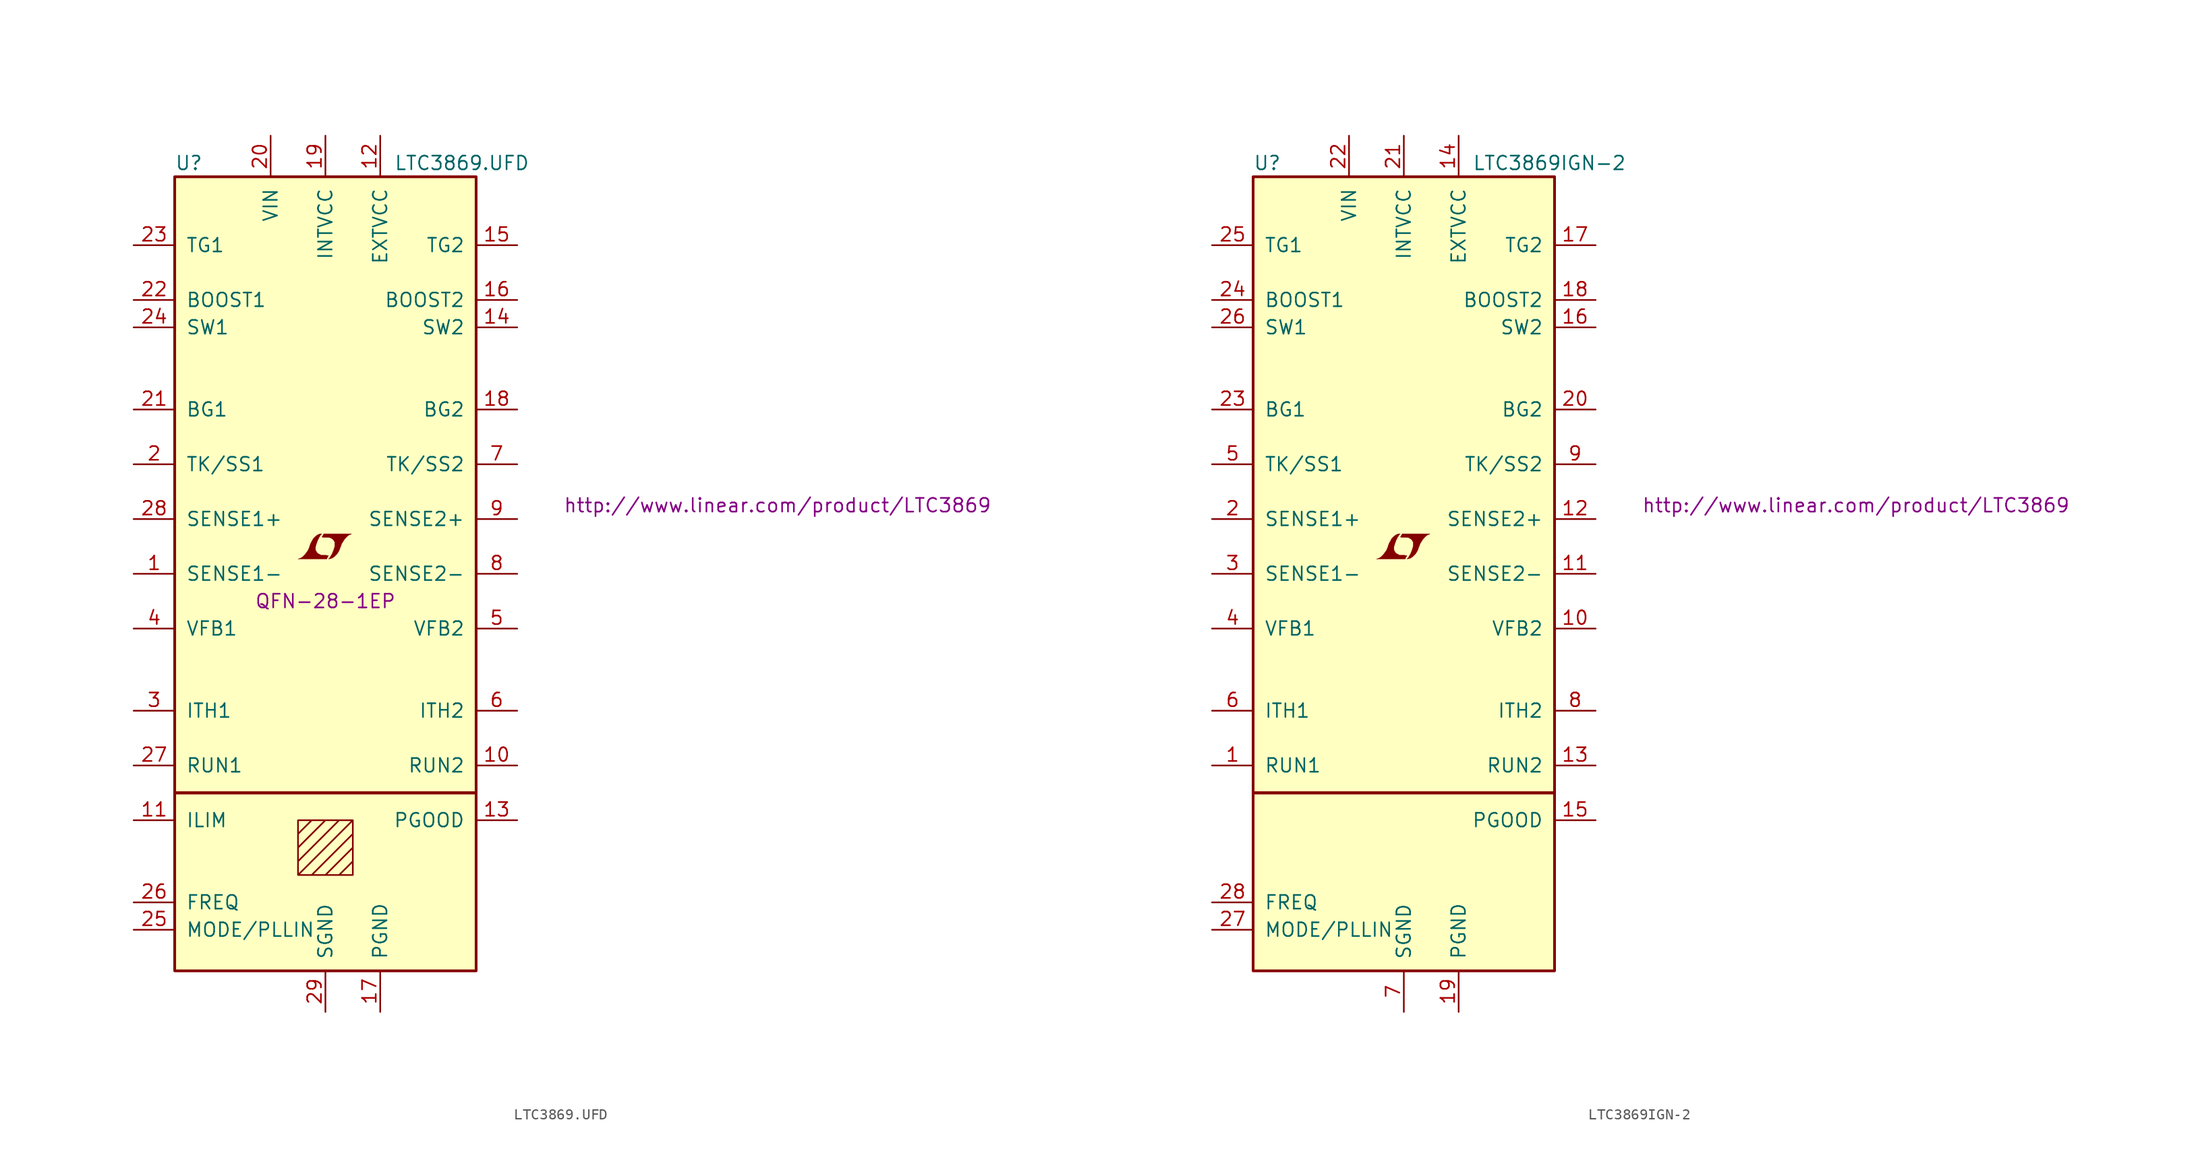
<source format=kicad_sym>
(kicad_symbol_lib
  (version 20201005)
  (generator kicad_symbol_editor)
  (symbol "LTC3869.UFD"
    (pin_names
      (offset 1.016))
    (property "Reference" "U"
      (at -13.97 38.1 0)
      (effects (font (size 1.27 1.27)) (justify left)))
    (property "Value" "LTC3869.UFD"
      (at 6.35 38.1 0)
      (effects (font (size 1.27 1.27)) (justify left)))
    (property "Footprint" "QFN-28-1EP"
      (at 0 -2.54 0)
      (effects (font (size 1.27 1.27))))
    (property "Datasheet" "http://www.linear.com/product/LTC3869"
      (at 41.91 6.35 0)
      (effects (font (size 1.27 1.27))))
    (symbol "LTC3869.UFD_0_0"
      (polyline (pts (xy 0.203 1.549) (xy 0.229 1.575) (xy 0.279 1.676) (xy 0.279 1.702) (xy 0.152 1.702) (xy 0.051 1.727) (xy -0.406 1.727) (xy -0.432 1.753) (xy -0.686 1.88) (xy -0.787 1.981) (xy -0.864 2.108) (xy -0.914 2.21) (xy -0.914 2.515) (xy -0.864 2.667) (xy -0.838 2.769) (xy -0.813 2.845) (xy -0.762 2.972) (xy -0.711 3.124) (xy -0.635 3.251) (xy -0.584 3.378) (xy -0.508 3.48) (xy -0.457 3.581) (xy -0.33 3.708) (xy -0.508 3.708) (xy -0.635 3.658) (xy -0.737 3.607) (xy -0.813 3.556) (xy -0.94 3.454) (xy -1.118 3.277) (xy -1.372 2.819) (xy -1.473 2.54) (xy -1.473 2.489) (xy -1.524 2.388) (xy -1.575 2.261) (xy -1.626 2.159) (xy -1.753 1.981) (xy -1.905 1.778) (xy -2.057 1.626) (xy -2.21 1.499) (xy -2.388 1.422) (xy -2.54 1.372) (xy 0.127 1.372) (xy 0.203 1.549)) (stroke (width 0.025)) (fill (type outline)))
      (polyline (pts (xy 0.406 1.397) (xy 0.483 1.397) (xy 0.66 1.473) (xy 0.813 1.575) (xy 1.092 1.854) (xy 1.219 2.057) (xy 1.321 2.261) (xy 1.397 2.515) (xy 1.422 2.515) (xy 1.499 2.769) (xy 1.753 3.175) (xy 1.905 3.353) (xy 2.057 3.505) (xy 2.21 3.607) (xy 2.388 3.683) (xy 2.413 3.683) (xy 2.413 3.708) (xy -0.152 3.708) (xy -0.229 3.556) (xy -0.254 3.531) (xy -0.305 3.429) (xy -0.33 3.404) (xy -0.279 3.404) (xy -0.229 3.378) (xy 0.305 3.378) (xy 0.356 3.353) (xy 0.406 3.353) (xy 0.483 3.327) (xy 0.61 3.251) (xy 0.737 3.15) (xy 0.813 3.023) (xy 0.838 2.972) (xy 0.864 2.946) (xy 0.864 2.54) (xy 0.838 2.489) (xy 0.838 2.413) (xy 0.787 2.311) (xy 0.762 2.184) (xy 0.686 2.032) (xy 0.635 1.88) (xy 0.483 1.626) (xy 0.432 1.524) (xy 0.279 1.372) (xy 0.406 1.397)) (stroke (width 0.025)) (fill (type outline))))
    (symbol "LTC3869.UFD_0_1"
      (rectangle (start -13.97 36.83) (end 13.97 -20.32) (stroke (width 0.254)) (fill (type background)))
      (rectangle (start 13.97 -20.32) (end -13.97 -36.83) (stroke (width 0.254)) (fill (type background)))
      (polyline (pts (xy -2.54 -24.13) (xy -1.27 -22.86) (xy 0 -22.86) (xy -2.54 -25.4) (xy -2.54 -26.67) (xy 1.27 -22.86) (xy 2.54 -22.86) (xy -2.54 -27.94) (xy -1.27 -27.94) (xy 2.54 -24.13) (xy 2.54 -25.4) (xy 0 -27.94) (xy 1.27 -27.94) (xy 2.54 -26.67) (xy 2.54 -27.94) (xy -2.54 -27.94) (xy -2.54 -22.86) (xy 2.54 -22.86) (xy 2.54 -27.94)) (stroke (width 0)) (fill (type none))))
    (symbol "LTC3869.UFD_1_1"
      (pin passive line (at -17.78 0 0) (length 3.81) (name "SENSE1-" (effects (font (size 1.27 1.27)))) (number "1" (effects (font (size 1.27 1.27)))))
      (pin input line (at 17.78 -17.78 180) (length 3.81) (name "RUN2" (effects (font (size 1.27 1.27)))) (number "10" (effects (font (size 1.27 1.27)))))
      (pin passive line (at -17.78 -22.86 0) (length 3.81) (name "ILIM" (effects (font (size 1.27 1.27)))) (number "11" (effects (font (size 1.27 1.27)))))
      (pin passive line (at 5.08 40.64 270) (length 3.81) (name "EXTVCC" (effects (font (size 1.27 1.27)))) (number "12" (effects (font (size 1.27 1.27)))))
      (pin open_collector line (at 17.78 -22.86 180) (length 3.81) (name "PGOOD" (effects (font (size 1.27 1.27)))) (number "13" (effects (font (size 1.27 1.27)))))
      (pin passive line (at 17.78 22.86 180) (length 3.81) (name "SW2" (effects (font (size 1.27 1.27)))) (number "14" (effects (font (size 1.27 1.27)))))
      (pin passive line (at 17.78 30.48 180) (length 3.81) (name "TG2" (effects (font (size 1.27 1.27)))) (number "15" (effects (font (size 1.27 1.27)))))
      (pin passive line (at 17.78 25.4 180) (length 3.81) (name "BOOST2" (effects (font (size 1.27 1.27)))) (number "16" (effects (font (size 1.27 1.27)))))
      (pin power_in line (at 5.08 -40.64 90) (length 3.81) (name "PGND" (effects (font (size 1.27 1.27)))) (number "17" (effects (font (size 1.27 1.27)))))
      (pin passive line (at 17.78 15.24 180) (length 3.81) (name "BG2" (effects (font (size 1.27 1.27)))) (number "18" (effects (font (size 1.27 1.27)))))
      (pin passive line (at 0 40.64 270) (length 3.81) (name "INTVCC" (effects (font (size 1.27 1.27)))) (number "19" (effects (font (size 1.27 1.27)))))
      (pin passive line (at -17.78 10.16 0) (length 3.81) (name "TK/SS1" (effects (font (size 1.27 1.27)))) (number "2" (effects (font (size 1.27 1.27)))))
      (pin power_in line (at -5.08 40.64 270) (length 3.81) (name "VIN" (effects (font (size 1.27 1.27)))) (number "20" (effects (font (size 1.27 1.27)))))
      (pin passive line (at -17.78 15.24 0) (length 3.81) (name "BG1" (effects (font (size 1.27 1.27)))) (number "21" (effects (font (size 1.27 1.27)))))
      (pin passive line (at -17.78 25.4 0) (length 3.81) (name "BOOST1" (effects (font (size 1.27 1.27)))) (number "22" (effects (font (size 1.27 1.27)))))
      (pin passive line (at -17.78 30.48 0) (length 3.81) (name "TG1" (effects (font (size 1.27 1.27)))) (number "23" (effects (font (size 1.27 1.27)))))
      (pin passive line (at -17.78 22.86 0) (length 3.81) (name "SW1" (effects (font (size 1.27 1.27)))) (number "24" (effects (font (size 1.27 1.27)))))
      (pin input line (at -17.78 -33.02 0) (length 3.81) (name "MODE/PLLIN" (effects (font (size 1.27 1.27)))) (number "25" (effects (font (size 1.27 1.27)))))
      (pin input line (at -17.78 -30.48 0) (length 3.81) (name "FREQ" (effects (font (size 1.27 1.27)))) (number "26" (effects (font (size 1.27 1.27)))))
      (pin input line (at -17.78 -17.78 0) (length 3.81) (name "RUN1" (effects (font (size 1.27 1.27)))) (number "27" (effects (font (size 1.27 1.27)))))
      (pin passive line (at -17.78 5.08 0) (length 3.81) (name "SENSE1+" (effects (font (size 1.27 1.27)))) (number "28" (effects (font (size 1.27 1.27)))))
      (pin power_in line (at 0 -40.64 90) (length 3.81) (name "SGND" (effects (font (size 1.27 1.27)))) (number "29" (effects (font (size 1.27 1.27)))))
      (pin passive line (at -17.78 -12.7 0) (length 3.81) (name "ITH1" (effects (font (size 1.27 1.27)))) (number "3" (effects (font (size 1.27 1.27)))))
      (pin passive line (at -17.78 -5.08 0) (length 3.81) (name "VFB1" (effects (font (size 1.27 1.27)))) (number "4" (effects (font (size 1.27 1.27)))))
      (pin passive line (at 17.78 -5.08 180) (length 3.81) (name "VFB2" (effects (font (size 1.27 1.27)))) (number "5" (effects (font (size 1.27 1.27)))))
      (pin passive line (at 17.78 -12.7 180) (length 3.81) (name "ITH2" (effects (font (size 1.27 1.27)))) (number "6" (effects (font (size 1.27 1.27)))))
      (pin passive line (at 17.78 10.16 180) (length 3.81) (name "TK/SS2" (effects (font (size 1.27 1.27)))) (number "7" (effects (font (size 1.27 1.27)))))
      (pin passive line (at 17.78 0 180) (length 3.81) (name "SENSE2-" (effects (font (size 1.27 1.27)))) (number "8" (effects (font (size 1.27 1.27)))))
      (pin passive line (at 17.78 5.08 180) (length 3.81) (name "SENSE2+" (effects (font (size 1.27 1.27)))) (number "9" (effects (font (size 1.27 1.27)))))))
  (symbol "LTC3869IGN-2"
    (pin_names
      (offset 1.016))
    (property "Reference" "U"
      (at -13.97 38.1 0)
      (effects (font (size 1.27 1.27)) (justify left)))
    (property "Value" "LTC3869IGN-2"
      (at 6.35 38.1 0)
      (effects (font (size 1.27 1.27)) (justify left)))
    (property "Datasheet" "http://www.linear.com/product/LTC3869"
      (at 41.91 6.35 0)
      (effects (font (size 1.27 1.27))))
    (symbol "LTC3869IGN-2_0_0"
      (polyline (pts (xy 0.203 1.549) (xy 0.229 1.575) (xy 0.279 1.676) (xy 0.279 1.702) (xy 0.152 1.702) (xy 0.051 1.727) (xy -0.406 1.727) (xy -0.432 1.753) (xy -0.686 1.88) (xy -0.787 1.981) (xy -0.864 2.108) (xy -0.914 2.21) (xy -0.914 2.515) (xy -0.864 2.667) (xy -0.838 2.769) (xy -0.813 2.845) (xy -0.762 2.972) (xy -0.711 3.124) (xy -0.635 3.251) (xy -0.584 3.378) (xy -0.508 3.48) (xy -0.457 3.581) (xy -0.33 3.708) (xy -0.508 3.708) (xy -0.635 3.658) (xy -0.737 3.607) (xy -0.813 3.556) (xy -0.94 3.454) (xy -1.118 3.277) (xy -1.372 2.819) (xy -1.473 2.54) (xy -1.473 2.489) (xy -1.524 2.388) (xy -1.575 2.261) (xy -1.626 2.159) (xy -1.753 1.981) (xy -1.905 1.778) (xy -2.057 1.626) (xy -2.21 1.499) (xy -2.388 1.422) (xy -2.54 1.372) (xy 0.127 1.372) (xy 0.203 1.549)) (stroke (width 0.025)) (fill (type outline)))
      (polyline (pts (xy 0.406 1.397) (xy 0.483 1.397) (xy 0.66 1.473) (xy 0.813 1.575) (xy 1.092 1.854) (xy 1.219 2.057) (xy 1.321 2.261) (xy 1.397 2.515) (xy 1.422 2.515) (xy 1.499 2.769) (xy 1.753 3.175) (xy 1.905 3.353) (xy 2.057 3.505) (xy 2.21 3.607) (xy 2.388 3.683) (xy 2.413 3.683) (xy 2.413 3.708) (xy -0.152 3.708) (xy -0.229 3.556) (xy -0.254 3.531) (xy -0.305 3.429) (xy -0.33 3.404) (xy -0.279 3.404) (xy -0.229 3.378) (xy 0.305 3.378) (xy 0.356 3.353) (xy 0.406 3.353) (xy 0.483 3.327) (xy 0.61 3.251) (xy 0.737 3.15) (xy 0.813 3.023) (xy 0.838 2.972) (xy 0.864 2.946) (xy 0.864 2.54) (xy 0.838 2.489) (xy 0.838 2.413) (xy 0.787 2.311) (xy 0.762 2.184) (xy 0.686 2.032) (xy 0.635 1.88) (xy 0.483 1.626) (xy 0.432 1.524) (xy 0.279 1.372) (xy 0.406 1.397)) (stroke (width 0.025)) (fill (type outline))))
    (symbol "LTC3869IGN-2_0_1"
      (rectangle (start -13.97 36.83) (end 13.97 -20.32) (stroke (width 0.254)) (fill (type background)))
      (rectangle (start 13.97 -20.32) (end -13.97 -36.83) (stroke (width 0.254)) (fill (type background))))
    (symbol "LTC3869IGN-2_1_1"
      (pin input line (at -17.78 -17.78 0) (length 3.81) (name "RUN1" (effects (font (size 1.27 1.27)))) (number "1" (effects (font (size 1.27 1.27)))))
      (pin passive line (at 17.78 -5.08 180) (length 3.81) (name "VFB2" (effects (font (size 1.27 1.27)))) (number "10" (effects (font (size 1.27 1.27)))))
      (pin passive line (at 17.78 0 180) (length 3.81) (name "SENSE2-" (effects (font (size 1.27 1.27)))) (number "11" (effects (font (size 1.27 1.27)))))
      (pin passive line (at 17.78 5.08 180) (length 3.81) (name "SENSE2+" (effects (font (size 1.27 1.27)))) (number "12" (effects (font (size 1.27 1.27)))))
      (pin input line (at 17.78 -17.78 180) (length 3.81) (name "RUN2" (effects (font (size 1.27 1.27)))) (number "13" (effects (font (size 1.27 1.27)))))
      (pin passive line (at 5.08 40.64 270) (length 3.81) (name "EXTVCC" (effects (font (size 1.27 1.27)))) (number "14" (effects (font (size 1.27 1.27)))))
      (pin open_collector line (at 17.78 -22.86 180) (length 3.81) (name "PGOOD" (effects (font (size 1.27 1.27)))) (number "15" (effects (font (size 1.27 1.27)))))
      (pin passive line (at 17.78 22.86 180) (length 3.81) (name "SW2" (effects (font (size 1.27 1.27)))) (number "16" (effects (font (size 1.27 1.27)))))
      (pin passive line (at 17.78 30.48 180) (length 3.81) (name "TG2" (effects (font (size 1.27 1.27)))) (number "17" (effects (font (size 1.27 1.27)))))
      (pin passive line (at 17.78 25.4 180) (length 3.81) (name "BOOST2" (effects (font (size 1.27 1.27)))) (number "18" (effects (font (size 1.27 1.27)))))
      (pin power_in line (at 5.08 -40.64 90) (length 3.81) (name "PGND" (effects (font (size 1.27 1.27)))) (number "19" (effects (font (size 1.27 1.27)))))
      (pin passive line (at -17.78 5.08 0) (length 3.81) (name "SENSE1+" (effects (font (size 1.27 1.27)))) (number "2" (effects (font (size 1.27 1.27)))))
      (pin passive line (at 17.78 15.24 180) (length 3.81) (name "BG2" (effects (font (size 1.27 1.27)))) (number "20" (effects (font (size 1.27 1.27)))))
      (pin passive line (at 0 40.64 270) (length 3.81) (name "INTVCC" (effects (font (size 1.27 1.27)))) (number "21" (effects (font (size 1.27 1.27)))))
      (pin power_in line (at -5.08 40.64 270) (length 3.81) (name "VIN" (effects (font (size 1.27 1.27)))) (number "22" (effects (font (size 1.27 1.27)))))
      (pin passive line (at -17.78 15.24 0) (length 3.81) (name "BG1" (effects (font (size 1.27 1.27)))) (number "23" (effects (font (size 1.27 1.27)))))
      (pin passive line (at -17.78 25.4 0) (length 3.81) (name "BOOST1" (effects (font (size 1.27 1.27)))) (number "24" (effects (font (size 1.27 1.27)))))
      (pin passive line (at -17.78 30.48 0) (length 3.81) (name "TG1" (effects (font (size 1.27 1.27)))) (number "25" (effects (font (size 1.27 1.27)))))
      (pin passive line (at -17.78 22.86 0) (length 3.81) (name "SW1" (effects (font (size 1.27 1.27)))) (number "26" (effects (font (size 1.27 1.27)))))
      (pin input line (at -17.78 -33.02 0) (length 3.81) (name "MODE/PLLIN" (effects (font (size 1.27 1.27)))) (number "27" (effects (font (size 1.27 1.27)))))
      (pin input line (at -17.78 -30.48 0) (length 3.81) (name "FREQ" (effects (font (size 1.27 1.27)))) (number "28" (effects (font (size 1.27 1.27)))))
      (pin passive line (at -17.78 0 0) (length 3.81) (name "SENSE1-" (effects (font (size 1.27 1.27)))) (number "3" (effects (font (size 1.27 1.27)))))
      (pin passive line (at -17.78 -5.08 0) (length 3.81) (name "VFB1" (effects (font (size 1.27 1.27)))) (number "4" (effects (font (size 1.27 1.27)))))
      (pin passive line (at -17.78 10.16 0) (length 3.81) (name "TK/SS1" (effects (font (size 1.27 1.27)))) (number "5" (effects (font (size 1.27 1.27)))))
      (pin passive line (at -17.78 -12.7 0) (length 3.81) (name "ITH1" (effects (font (size 1.27 1.27)))) (number "6" (effects (font (size 1.27 1.27)))))
      (pin power_in line (at 0 -40.64 90) (length 3.81) (name "SGND" (effects (font (size 1.27 1.27)))) (number "7" (effects (font (size 1.27 1.27)))))
      (pin passive line (at 17.78 -12.7 180) (length 3.81) (name "ITH2" (effects (font (size 1.27 1.27)))) (number "8" (effects (font (size 1.27 1.27)))))
      (pin passive line (at 17.78 10.16 180) (length 3.81) (name "TK/SS2" (effects (font (size 1.27 1.27)))) (number "9" (effects (font (size 1.27 1.27))))))))
</source>
